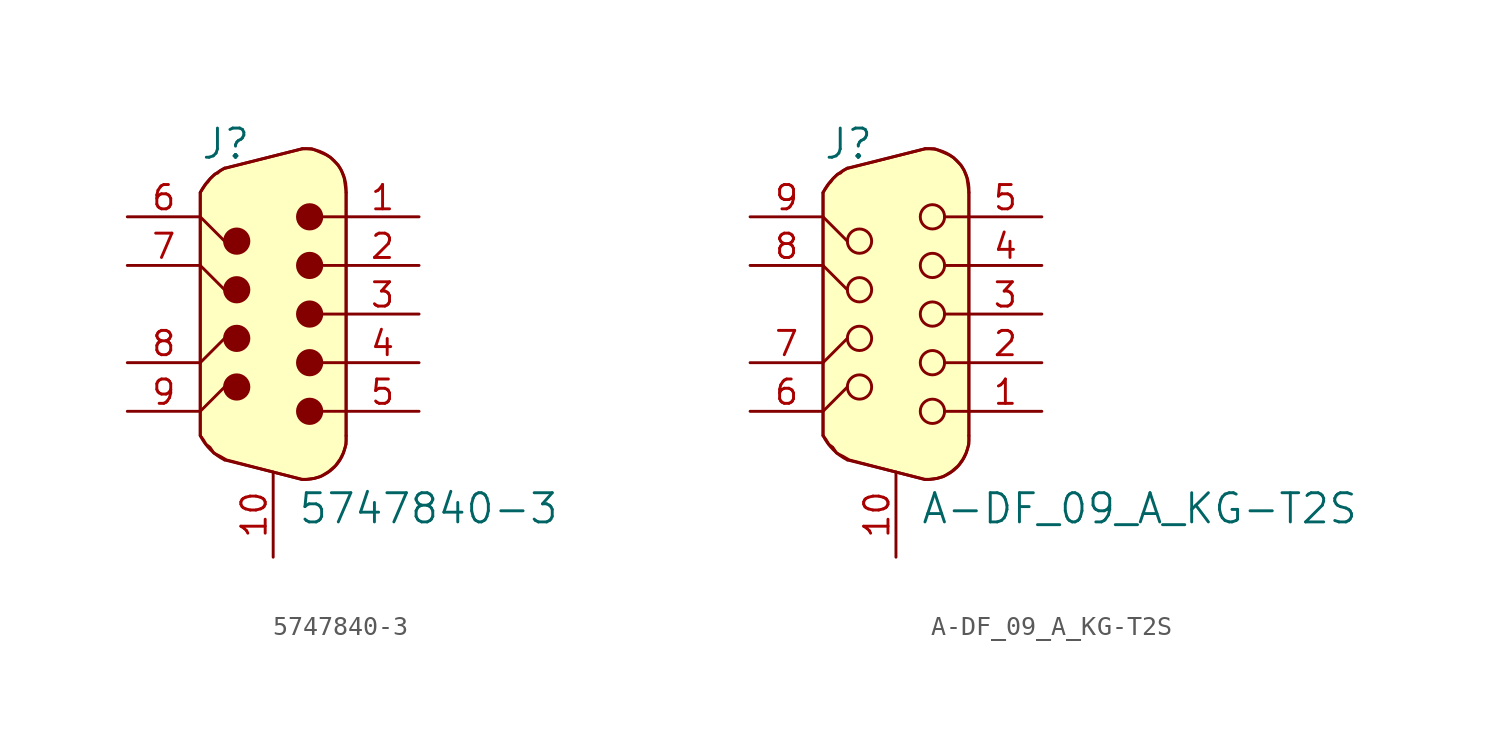
<source format=kicad_sym>
(kicad_symbol_lib
  (version 20220914)
  (generator kicad_symbol_editor)
  (symbol "5747840-3"
    (pin_names
      (offset 1.016))
    (property "Reference" "J"
      (at -3.81 8.89 0)
      (effects (font (size 1.524 1.524)) (justify left)))
    (property "Value" "5747840-3"
      (at 1.27 -10.16 0)
      (effects (font (size 1.524 1.524)) (justify left)))
    (symbol "5747840-3_0_1"
      (circle (center -1.905 -3.81) (radius 0.635) (stroke (width 0) (type solid)) (fill (type outline)))
      (circle (center -1.905 -1.27) (radius 0.635) (stroke (width 0) (type solid)) (fill (type outline)))
      (circle (center -1.905 1.27) (radius 0.635) (stroke (width 0) (type solid)) (fill (type outline)))
      (circle (center -1.905 3.81) (radius 0.635) (stroke (width 0) (type solid)) (fill (type outline)))
      (polyline (pts (xy -3.81 -5.08) (xy -2.54 -3.81)) (stroke (width 0) (type solid)) (fill (type none)))
      (polyline (pts (xy -3.81 -2.54) (xy -2.54 -1.27)) (stroke (width 0) (type solid)) (fill (type none)))
      (polyline (pts (xy -3.81 2.54) (xy -2.54 1.27)) (stroke (width 0) (type solid)) (fill (type none)))
      (polyline (pts (xy -3.81 5.08) (xy -2.54 3.81)) (stroke (width 0) (type solid)) (fill (type none)))
      (polyline (pts (xy 3.81 -5.08) (xy 2.54 -5.08)) (stroke (width 0) (type solid)) (fill (type none)))
      (polyline (pts (xy 3.81 -2.54) (xy 2.54 -2.54)) (stroke (width 0) (type solid)) (fill (type none)))
      (polyline (pts (xy 3.81 0) (xy 2.54 0)) (stroke (width 0) (type solid)) (fill (type none)))
      (polyline (pts (xy 3.81 2.54) (xy 2.54 2.54)) (stroke (width 0) (type solid)) (fill (type none)))
      (polyline (pts (xy 3.81 5.08) (xy 2.54 5.08)) (stroke (width 0) (type solid)) (fill (type none)))
      (circle (center 1.905 -5.08) (radius 0.635) (stroke (width 0) (type solid)) (fill (type outline)))
      (circle (center 1.905 -2.54) (radius 0.635) (stroke (width 0) (type solid)) (fill (type outline)))
      (circle (center 1.905 0) (radius 0.635) (stroke (width 0) (type solid)) (fill (type outline)))
      (circle (center 1.905 2.54) (radius 0.635) (stroke (width 0) (type solid)) (fill (type outline)))
      (circle (center 1.905 5.08) (radius 0.635) (stroke (width 0) (type solid)) (fill (type outline))))
    (symbol "5747840-3_1_1"
      (arc (start -3.81 -6.35) (mid -3.278 -7.088) (end -2.54 -7.62) (stroke (width 0) (type solid)) (fill (type none)))
      (arc (start -2.54 7.62) (mid -3.278 7.088) (end -3.81 6.35) (stroke (width 0) (type solid)) (fill (type none)))
      (polyline (pts (xy -3.81 6.35) (xy -3.81 -6.35)) (stroke (width 0) (type solid)) (fill (type background)))
      (polyline (pts (xy -2.54 7.62) (xy 1.524 8.636)) (stroke (width 0) (type solid)) (fill (type background)))
      (polyline (pts (xy 1.524 -8.636) (xy -2.54 -7.62)) (stroke (width 0) (type solid)) (fill (type background)))
      (polyline (pts (xy 3.81 6.35) (xy 3.81 -6.35)) (stroke (width 0) (type solid)) (fill (type background)))
      (polyline (pts (xy -2.54 7.62) (xy -2.794 7.468) (xy -2.896 7.366) (xy -3.048 7.315) (xy -3.2 7.163) (xy -3.302 7.061) (xy -3.404 6.909) (xy -3.505 6.807) (xy -3.607 6.655) (xy -3.708 6.502) (xy -3.81 6.35) (xy -3.81 -6.35) (xy -3.658 -6.553) (xy -3.505 -6.807) (xy -3.302 -6.96) (xy -3.099 -7.264) (xy -2.794 -7.417) (xy -2.438 -7.62) (xy 1.473 -8.636) (xy 1.727 -8.636) (xy 2.134 -8.585) (xy 2.489 -8.484) (xy 2.896 -8.23) (xy 3.251 -7.925) (xy 3.505 -7.569) (xy 3.658 -7.264) (xy 3.81 -6.807) (xy 3.81 -6.35) (xy 3.81 6.35) (xy 3.759 6.756) (xy 3.708 7.112) (xy 3.556 7.518) (xy 3.404 7.772) (xy 3.2 7.976) (xy 2.997 8.179) (xy 2.743 8.331) (xy 2.388 8.484) (xy 2.032 8.636) (xy 1.778 8.636) (xy 1.524 8.636) (xy -2.489 7.62)) (stroke (width 0) (type solid)) (fill (type background)))
      (arc (start 1.524 -8.636) (mid 3.1896 -8.0073) (end 3.81 -6.35) (stroke (width 0) (type solid)) (fill (type none)))
      (arc (start 3.81 6.35) (mid 3.1813 8.0156) (end 1.524 8.636) (stroke (width 0) (type solid)) (fill (type none)))
      (pin passive line (at 7.62 5.08 180) (length 3.81) (name "~" (effects (font (size 1.27 1.27)))) (number "1" (effects (font (size 1.27 1.27)))))
      (pin passive line (at 0 -12.7 90) (length 4.445) (name "~" (effects (font (size 1.27 1.27)))) (number "10" (effects (font (size 1.27 1.27)))))
      (pin passive line (at 7.62 2.54 180) (length 3.81) (name "~" (effects (font (size 1.27 1.27)))) (number "2" (effects (font (size 1.27 1.27)))))
      (pin passive line (at 7.62 0 180) (length 3.81) (name "~" (effects (font (size 1.27 1.27)))) (number "3" (effects (font (size 1.27 1.27)))))
      (pin passive line (at 7.62 -2.54 180) (length 3.81) (name "~" (effects (font (size 1.27 1.27)))) (number "4" (effects (font (size 1.27 1.27)))))
      (pin passive line (at 7.62 -5.08 180) (length 3.81) (name "~" (effects (font (size 1.27 1.27)))) (number "5" (effects (font (size 1.27 1.27)))))
      (pin passive line (at -7.62 5.08 0) (length 3.81) (name "~" (effects (font (size 1.27 1.27)))) (number "6" (effects (font (size 1.27 1.27)))))
      (pin passive line (at -7.62 2.54 0) (length 3.81) (name "~" (effects (font (size 1.27 1.27)))) (number "7" (effects (font (size 1.27 1.27)))))
      (pin passive line (at -7.62 -2.54 0) (length 3.81) (name "~" (effects (font (size 1.27 1.27)))) (number "8" (effects (font (size 1.27 1.27)))))
      (pin passive line (at -7.62 -5.08 0) (length 3.81) (name "~" (effects (font (size 1.27 1.27)))) (number "9" (effects (font (size 1.27 1.27)))))))
  (symbol "A-DF_09_A_KG-T2S"
    (pin_names
      (offset 1.016))
    (property "Reference" "J"
      (at -3.81 8.89 0)
      (effects (font (size 1.524 1.524)) (justify left)))
    (property "Value" "A-DF_09_A_KG-T2S"
      (at 1.27 -10.16 0)
      (effects (font (size 1.524 1.524)) (justify left)))
    (symbol "A-DF_09_A_KG-T2S_0_1"
      (circle (center -1.905 -3.81) (radius 0.635) (stroke (width 0) (type solid)) (fill (type none)))
      (circle (center -1.905 -1.27) (radius 0.635) (stroke (width 0) (type solid)) (fill (type none)))
      (circle (center -1.905 1.27) (radius 0.635) (stroke (width 0) (type solid)) (fill (type none)))
      (circle (center -1.905 3.81) (radius 0.635) (stroke (width 0) (type solid)) (fill (type none)))
      (polyline (pts (xy -3.81 -5.08) (xy -2.54 -3.81)) (stroke (width 0) (type solid)) (fill (type none)))
      (polyline (pts (xy -3.81 -2.54) (xy -2.54 -1.27)) (stroke (width 0) (type solid)) (fill (type none)))
      (polyline (pts (xy -3.81 2.54) (xy -2.54 1.27)) (stroke (width 0) (type solid)) (fill (type none)))
      (polyline (pts (xy -3.81 5.08) (xy -2.54 3.81)) (stroke (width 0) (type solid)) (fill (type none)))
      (polyline (pts (xy 3.81 -5.08) (xy 2.54 -5.08)) (stroke (width 0) (type solid)) (fill (type none)))
      (polyline (pts (xy 3.81 -2.54) (xy 2.54 -2.54)) (stroke (width 0) (type solid)) (fill (type none)))
      (polyline (pts (xy 3.81 0) (xy 2.54 0)) (stroke (width 0) (type solid)) (fill (type none)))
      (polyline (pts (xy 3.81 2.54) (xy 2.54 2.54)) (stroke (width 0) (type solid)) (fill (type none)))
      (polyline (pts (xy 3.81 5.08) (xy 2.54 5.08)) (stroke (width 0) (type solid)) (fill (type none)))
      (circle (center 1.905 -5.08) (radius 0.635) (stroke (width 0) (type solid)) (fill (type none)))
      (circle (center 1.905 -2.54) (radius 0.635) (stroke (width 0) (type solid)) (fill (type none)))
      (circle (center 1.905 0) (radius 0.635) (stroke (width 0) (type solid)) (fill (type none)))
      (circle (center 1.905 2.54) (radius 0.635) (stroke (width 0) (type solid)) (fill (type none)))
      (circle (center 1.905 5.08) (radius 0.635) (stroke (width 0) (type solid)) (fill (type none))))
    (symbol "A-DF_09_A_KG-T2S_1_1"
      (arc (start -3.81 -6.35) (mid -3.278 -7.088) (end -2.54 -7.62) (stroke (width 0) (type solid)) (fill (type none)))
      (arc (start -2.54 7.62) (mid -3.278 7.088) (end -3.81 6.35) (stroke (width 0) (type solid)) (fill (type none)))
      (polyline (pts (xy -3.81 6.35) (xy -3.81 -6.35)) (stroke (width 0) (type solid)) (fill (type background)))
      (polyline (pts (xy -2.54 7.62) (xy 1.524 8.636)) (stroke (width 0) (type solid)) (fill (type background)))
      (polyline (pts (xy 1.524 -8.636) (xy -2.54 -7.62)) (stroke (width 0) (type solid)) (fill (type background)))
      (polyline (pts (xy 3.81 6.35) (xy 3.81 -6.35)) (stroke (width 0) (type solid)) (fill (type background)))
      (polyline (pts (xy -2.54 7.62) (xy -2.794 7.468) (xy -2.896 7.366) (xy -3.048 7.315) (xy -3.2 7.163) (xy -3.302 7.061) (xy -3.404 6.909) (xy -3.505 6.807) (xy -3.607 6.655) (xy -3.708 6.502) (xy -3.81 6.35) (xy -3.81 -6.35) (xy -3.658 -6.553) (xy -3.505 -6.807) (xy -3.302 -6.96) (xy -3.099 -7.264) (xy -2.794 -7.417) (xy -2.438 -7.62) (xy 1.473 -8.636) (xy 1.727 -8.636) (xy 2.134 -8.585) (xy 2.489 -8.484) (xy 2.896 -8.23) (xy 3.251 -7.925) (xy 3.505 -7.569) (xy 3.658 -7.264) (xy 3.81 -6.807) (xy 3.81 -6.35) (xy 3.81 6.35) (xy 3.759 6.756) (xy 3.708 7.112) (xy 3.556 7.518) (xy 3.404 7.772) (xy 3.2 7.976) (xy 2.997 8.179) (xy 2.743 8.331) (xy 2.388 8.484) (xy 2.032 8.636) (xy 1.778 8.636) (xy 1.524 8.636) (xy -2.489 7.62)) (stroke (width 0) (type solid)) (fill (type background)))
      (arc (start 1.524 -8.636) (mid 3.1896 -8.0073) (end 3.81 -6.35) (stroke (width 0) (type solid)) (fill (type none)))
      (arc (start 3.81 6.35) (mid 3.1813 8.0156) (end 1.524 8.636) (stroke (width 0) (type solid)) (fill (type none)))
      (pin passive line (at 7.62 -5.08 180) (length 3.81) (name "~" (effects (font (size 1.27 1.27)))) (number "1" (effects (font (size 1.27 1.27)))))
      (pin passive line (at 0 -12.7 90) (length 4.445) (name "~" (effects (font (size 1.27 1.27)))) (number "10" (effects (font (size 1.27 1.27)))))
      (pin passive line (at 7.62 -2.54 180) (length 3.81) (name "~" (effects (font (size 1.27 1.27)))) (number "2" (effects (font (size 1.27 1.27)))))
      (pin passive line (at 7.62 0 180) (length 3.81) (name "~" (effects (font (size 1.27 1.27)))) (number "3" (effects (font (size 1.27 1.27)))))
      (pin passive line (at 7.62 2.54 180) (length 3.81) (name "~" (effects (font (size 1.27 1.27)))) (number "4" (effects (font (size 1.27 1.27)))))
      (pin passive line (at 7.62 5.08 180) (length 3.81) (name "~" (effects (font (size 1.27 1.27)))) (number "5" (effects (font (size 1.27 1.27)))))
      (pin passive line (at -7.62 -5.08 0) (length 3.81) (name "~" (effects (font (size 1.27 1.27)))) (number "6" (effects (font (size 1.27 1.27)))))
      (pin passive line (at -7.62 -2.54 0) (length 3.81) (name "~" (effects (font (size 1.27 1.27)))) (number "7" (effects (font (size 1.27 1.27)))))
      (pin passive line (at -7.62 2.54 0) (length 3.81) (name "~" (effects (font (size 1.27 1.27)))) (number "8" (effects (font (size 1.27 1.27)))))
      (pin passive line (at -7.62 5.08 0) (length 3.81) (name "~" (effects (font (size 1.27 1.27)))) (number "9" (effects (font (size 1.27 1.27))))))))
</source>
